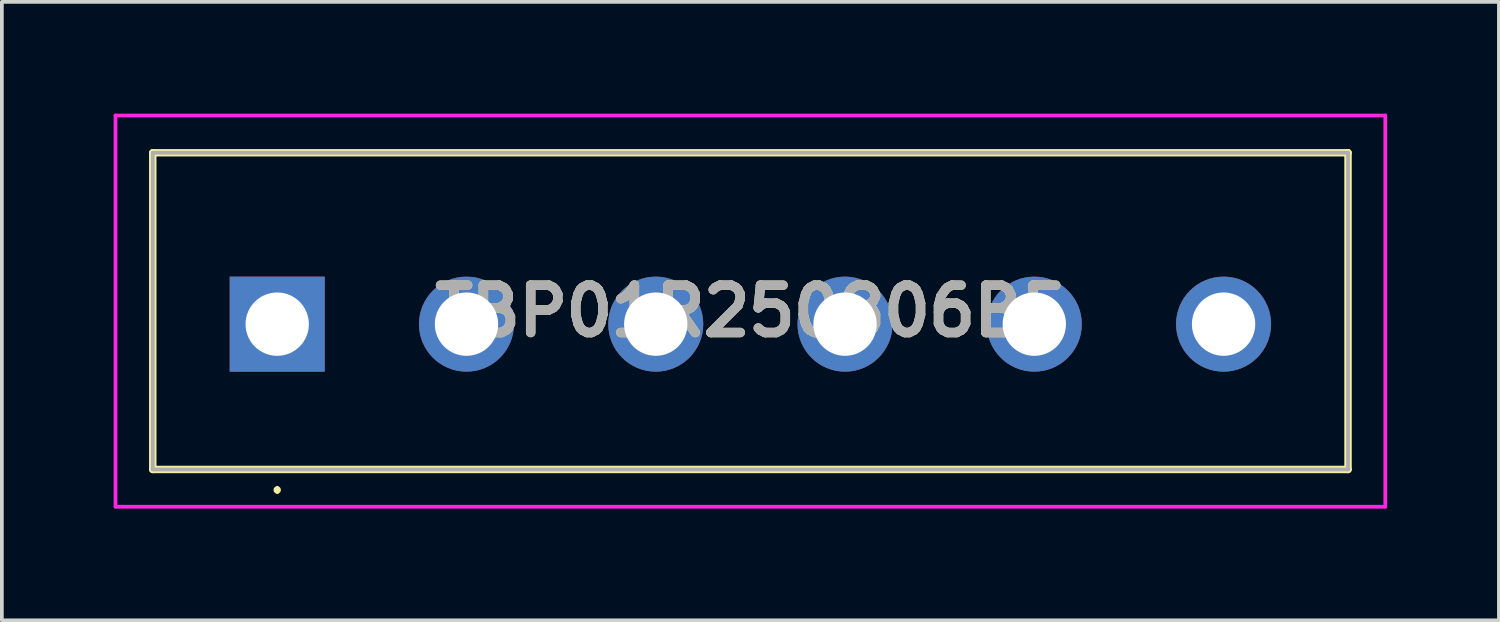
<source format=kicad_pcb>
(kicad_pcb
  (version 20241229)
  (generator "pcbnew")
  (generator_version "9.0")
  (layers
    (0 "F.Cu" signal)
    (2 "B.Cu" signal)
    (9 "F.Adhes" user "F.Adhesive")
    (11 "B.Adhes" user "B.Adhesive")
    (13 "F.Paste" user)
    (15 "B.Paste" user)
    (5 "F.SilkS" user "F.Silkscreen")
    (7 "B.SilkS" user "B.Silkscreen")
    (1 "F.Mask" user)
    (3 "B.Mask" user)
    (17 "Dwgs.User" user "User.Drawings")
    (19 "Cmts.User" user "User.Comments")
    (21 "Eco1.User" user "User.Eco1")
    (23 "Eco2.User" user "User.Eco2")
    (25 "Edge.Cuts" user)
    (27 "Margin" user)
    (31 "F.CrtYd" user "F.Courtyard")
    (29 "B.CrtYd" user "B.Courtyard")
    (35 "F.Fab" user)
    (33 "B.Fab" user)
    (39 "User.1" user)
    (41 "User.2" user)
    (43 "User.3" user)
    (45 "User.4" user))
  (footprint "TBP01R250806BE"
    (layer "F.Cu")
    (at 4.39 5.65)
    (property "Reference" "TBP01R250806BE" (at 12.7 -0.35 0) (layer "F.SilkS") (effects (font (size 1.27 1.27) (thickness 0.254))))
    (attr through_hole)
    (fp_line (start -3.34 -4.6) (end 28.74 -4.6) (stroke (width 0.2) (type solid)) (layer "F.SilkS"))
    (fp_line (start -3.34 3.9) (end -3.34 -4.6) (stroke (width 0.2) (type solid)) (layer "F.SilkS"))
    (fp_line (start 0 4.4) (end 0 4.4) (stroke (width 0.1) (type solid)) (layer "F.SilkS"))
    (fp_line (start 0 4.5) (end 0 4.5) (stroke (width 0.1) (type solid)) (layer "F.SilkS"))
    (fp_line (start 28.74 -4.6) (end 28.74 3.9) (stroke (width 0.2) (type solid)) (layer "F.SilkS"))
    (fp_line (start 28.74 3.9) (end -3.34 3.9) (stroke (width 0.2) (type solid)) (layer "F.SilkS"))
    (fp_arc (start 0 4.4) (mid 0.05 4.45) (end 0 4.5) (stroke (width 0.1) (type solid)) (layer "F.SilkS"))
    (fp_arc (start 0 4.5) (mid -0.05 4.45) (end 0 4.4) (stroke (width 0.1) (type solid)) (layer "F.SilkS"))
    (fp_line (start -4.34 -5.6) (end 29.74 -5.6) (stroke (width 0.1) (type solid)) (layer "F.CrtYd"))
    (fp_line (start -4.34 4.9) (end -4.34 -5.6) (stroke (width 0.1) (type solid)) (layer "F.CrtYd"))
    (fp_line (start 29.74 -5.6) (end 29.74 4.9) (stroke (width 0.1) (type solid)) (layer "F.CrtYd"))
    (fp_line (start 29.74 4.9) (end -4.34 4.9) (stroke (width 0.1) (type solid)) (layer "F.CrtYd"))
    (fp_line (start -3.34 -4.6) (end -3.34 3.9) (stroke (width 0.1) (type solid)) (layer "F.Fab"))
    (fp_line (start -3.34 3.9) (end 28.74 3.9) (stroke (width 0.1) (type solid)) (layer "F.Fab"))
    (fp_line (start 28.74 -4.6) (end -3.34 -4.6) (stroke (width 0.1) (type solid)) (layer "F.Fab"))
    (fp_line (start 28.74 3.9) (end 28.74 -4.6) (stroke (width 0.1) (type solid)) (layer "F.Fab"))
    (fp_text user "${REFERENCE}" (at 12.7 -0.35 0) (layer "F.Fab") (effects (font (size 1.27 1.27) (thickness 0.254))))
    (pad "1" thru_hole rect (at 0 0) (size 2.55 2.55) (drill 1.7) (layers "*.Cu" "*.Mask"))
    (pad "2" thru_hole circle (at 5.08 0) (size 2.55 2.55) (drill 1.7) (layers "*.Cu" "*.Mask"))
    (pad "3" thru_hole circle (at 10.16 0) (size 2.55 2.55) (drill 1.7) (layers "*.Cu" "*.Mask"))
    (pad "4" thru_hole circle (at 15.24 0) (size 2.55 2.55) (drill 1.7) (layers "*.Cu" "*.Mask"))
    (pad "5" thru_hole circle (at 20.32 0) (size 2.55 2.55) (drill 1.7) (layers "*.Cu" "*.Mask"))
    (pad "6" thru_hole circle (at 25.4 0) (size 2.55 2.55) (drill 1.7) (layers "*.Cu" "*.Mask")))
  (gr_rect
    (start -3 -3)
    (end 37.18 13.6)
    (stroke (width 0.1) (type default))
    (fill no)
    (layer "Edge.Cuts")))
</source>
